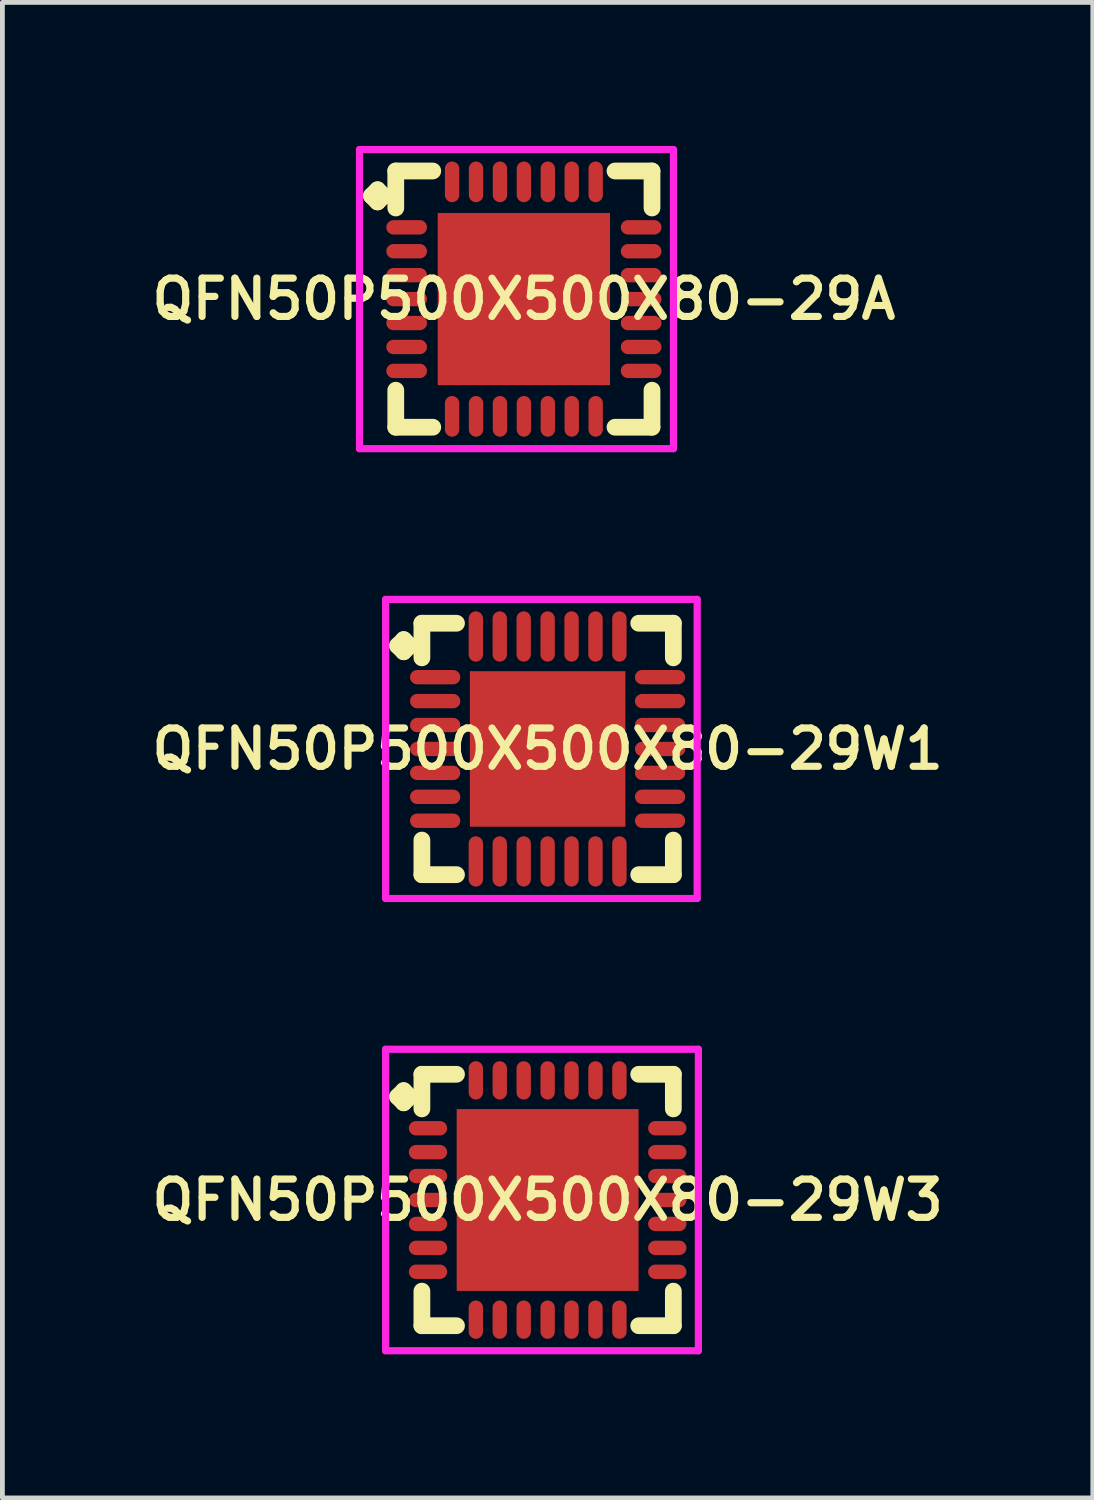
<source format=kicad_pcb>
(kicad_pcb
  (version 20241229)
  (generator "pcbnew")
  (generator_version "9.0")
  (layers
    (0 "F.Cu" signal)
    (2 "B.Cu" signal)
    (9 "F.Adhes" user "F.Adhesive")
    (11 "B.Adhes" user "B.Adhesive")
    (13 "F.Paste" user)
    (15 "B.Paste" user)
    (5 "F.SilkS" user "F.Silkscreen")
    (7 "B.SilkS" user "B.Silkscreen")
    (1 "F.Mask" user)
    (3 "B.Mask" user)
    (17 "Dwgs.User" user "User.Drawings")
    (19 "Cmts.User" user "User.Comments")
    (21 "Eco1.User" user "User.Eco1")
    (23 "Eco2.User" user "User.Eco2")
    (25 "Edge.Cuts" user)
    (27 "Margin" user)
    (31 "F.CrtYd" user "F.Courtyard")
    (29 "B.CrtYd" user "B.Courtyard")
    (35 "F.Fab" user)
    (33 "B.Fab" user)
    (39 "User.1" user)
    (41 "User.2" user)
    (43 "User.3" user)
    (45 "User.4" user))
  (footprint "QFN50P500X500X80-29W3"
    (layer "F.Cu")
    (at 8.393 22.025)
    (property "Reference" "QFN50P500X500X80-29W3" (at 0 0 0) (layer "F.SilkS") (effects (font (size 0.8 0.8) (thickness 0.15))))
    (attr smd)
    (fp_line (start -3.135 -2.158) (end -3.008 -2.285) (stroke (width 0.35) (type solid)) (layer "F.SilkS"))
    (fp_line (start -3.008 -2.285) (end -2.881 -2.158) (stroke (width 0.35) (type solid)) (layer "F.SilkS"))
    (fp_line (start -3.008 -2.031) (end -3.135 -2.158) (stroke (width 0.35) (type solid)) (layer "F.SilkS"))
    (fp_line (start -2.881 -2.158) (end -3.008 -2.031) (stroke (width 0.35) (type solid)) (layer "F.SilkS"))
    (fp_line (start -2.627 -2.627) (end -1.904 -2.627) (stroke (width 0.35) (type solid)) (layer "F.SilkS"))
    (fp_line (start -2.627 -1.904) (end -2.627 -2.627) (stroke (width 0.35) (type solid)) (layer "F.SilkS"))
    (fp_line (start -2.627 1.904) (end -2.627 2.627) (stroke (width 0.35) (type solid)) (layer "F.SilkS"))
    (fp_line (start -2.627 2.627) (end -1.904 2.627) (stroke (width 0.35) (type solid)) (layer "F.SilkS"))
    (fp_line (start 1.904 -2.627) (end 2.627 -2.627) (stroke (width 0.35) (type solid)) (layer "F.SilkS"))
    (fp_line (start 1.904 2.627) (end 2.627 2.627) (stroke (width 0.35) (type solid)) (layer "F.SilkS"))
    (fp_line (start 2.627 -2.627) (end 2.627 -1.904) (stroke (width 0.35) (type solid)) (layer "F.SilkS"))
    (fp_line (start 2.627 2.627) (end 2.627 1.904) (stroke (width 0.35) (type solid)) (layer "F.SilkS"))
    (fp_line (start -3.385 -3.15) (end 3.15 -3.15) (stroke (width 0.15) (type solid)) (layer "F.CrtYd"))
    (fp_line (start -3.385 3.15) (end -3.385 -3.15) (stroke (width 0.15) (type solid)) (layer "F.CrtYd"))
    (fp_line (start 3.15 -3.15) (end 3.15 3.15) (stroke (width 0.15) (type solid)) (layer "F.CrtYd"))
    (fp_line (start 3.15 3.15) (end -3.385 3.15) (stroke (width 0.15) (type solid)) (layer "F.CrtYd"))
    (pad "1" smd oval (at -2.5 -1.5) (size 0.8 0.3) (layers "F.Cu" "F.Mask" "F.Paste"))
    (pad "2" smd oval (at -2.5 -1) (size 0.8 0.3) (layers "F.Cu" "F.Mask" "F.Paste"))
    (pad "3" smd oval (at -2.5 -0.5) (size 0.8 0.3) (layers "F.Cu" "F.Mask" "F.Paste"))
    (pad "4" smd oval (at -2.5 0) (size 0.8 0.3) (layers "F.Cu" "F.Mask" "F.Paste"))
    (pad "5" smd oval (at -2.5 0.5) (size 0.8 0.3) (layers "F.Cu" "F.Mask" "F.Paste"))
    (pad "6" smd oval (at -2.5 1) (size 0.8 0.3) (layers "F.Cu" "F.Mask" "F.Paste"))
    (pad "7" smd oval (at -2.5 1.5) (size 0.8 0.3) (layers "F.Cu" "F.Mask" "F.Paste"))
    (pad "8" smd oval (at -1.5 2.5) (size 0.3 0.8) (layers "F.Cu" "F.Mask" "F.Paste"))
    (pad "9" smd oval (at -1 2.5) (size 0.3 0.8) (layers "F.Cu" "F.Mask" "F.Paste"))
    (pad "10" smd oval (at -0.5 2.5) (size 0.3 0.8) (layers "F.Cu" "F.Mask" "F.Paste"))
    (pad "11" smd oval (at 0 2.5) (size 0.3 0.8) (layers "F.Cu" "F.Mask" "F.Paste"))
    (pad "12" smd oval (at 0.5 2.5) (size 0.3 0.8) (layers "F.Cu" "F.Mask" "F.Paste"))
    (pad "13" smd oval (at 1 2.5) (size 0.3 0.8) (layers "F.Cu" "F.Mask" "F.Paste"))
    (pad "14" smd oval (at 1.5 2.5) (size 0.3 0.8) (layers "F.Cu" "F.Mask" "F.Paste"))
    (pad "15" smd oval (at 2.5 1.5) (size 0.8 0.3) (layers "F.Cu" "F.Mask" "F.Paste"))
    (pad "16" smd oval (at 2.5 1) (size 0.8 0.3) (layers "F.Cu" "F.Mask" "F.Paste"))
    (pad "17" smd oval (at 2.5 0.5) (size 0.8 0.3) (layers "F.Cu" "F.Mask" "F.Paste"))
    (pad "18" smd oval (at 2.5 0) (size 0.8 0.3) (layers "F.Cu" "F.Mask" "F.Paste"))
    (pad "19" smd oval (at 2.5 -0.5) (size 0.8 0.3) (layers "F.Cu" "F.Mask" "F.Paste"))
    (pad "20" smd oval (at 2.5 -1) (size 0.8 0.3) (layers "F.Cu" "F.Mask" "F.Paste"))
    (pad "21" smd oval (at 2.5 -1.5) (size 0.8 0.3) (layers "F.Cu" "F.Mask" "F.Paste"))
    (pad "22" smd oval (at 1.5 -2.5) (size 0.3 0.8) (layers "F.Cu" "F.Mask" "F.Paste"))
    (pad "23" smd oval (at 1 -2.5) (size 0.3 0.8) (layers "F.Cu" "F.Mask" "F.Paste"))
    (pad "24" smd oval (at 0.5 -2.5) (size 0.3 0.8) (layers "F.Cu" "F.Mask" "F.Paste"))
    (pad "25" smd oval (at 0 -2.5) (size 0.3 0.8) (layers "F.Cu" "F.Mask" "F.Paste"))
    (pad "26" smd oval (at -0.5 -2.5) (size 0.3 0.8) (layers "F.Cu" "F.Mask" "F.Paste"))
    (pad "27" smd oval (at -1 -2.5) (size 0.3 0.8) (layers "F.Cu" "F.Mask" "F.Paste"))
    (pad "28" smd oval (at -1.5 -2.5) (size 0.3 0.8) (layers "F.Cu" "F.Mask" "F.Paste"))
    (pad "29" smd rect (at 0 0) (size 3.8 3.8) (layers "F.Cu" "F.Mask" "F.Paste")))
  (footprint "QFN50P500X500X80-29A"
    (layer "F.Cu")
    (at 7.897 3.2)
    (property "Reference" "QFN50P500X500X80-29A" (at 0 0 0) (layer "F.SilkS") (effects (font (size 0.8 0.8) (thickness 0.15))))
    (attr through_hole)
    (fp_line (start -3.185 -2.158) (end -3.058 -2.285) (stroke (width 0.35) (type solid)) (layer "F.SilkS"))
    (fp_line (start -3.058 -2.285) (end -2.931 -2.158) (stroke (width 0.35) (type solid)) (layer "F.SilkS"))
    (fp_line (start -3.058 -2.031) (end -3.185 -2.158) (stroke (width 0.35) (type solid)) (layer "F.SilkS"))
    (fp_line (start -2.931 -2.158) (end -3.058 -2.031) (stroke (width 0.35) (type solid)) (layer "F.SilkS"))
    (fp_line (start -2.677 -2.677) (end -1.904 -2.677) (stroke (width 0.35) (type solid)) (layer "F.SilkS"))
    (fp_line (start -2.677 -1.904) (end -2.677 -2.677) (stroke (width 0.35) (type solid)) (layer "F.SilkS"))
    (fp_line (start -2.677 1.904) (end -2.677 2.677) (stroke (width 0.35) (type solid)) (layer "F.SilkS"))
    (fp_line (start -2.677 2.677) (end -1.904 2.677) (stroke (width 0.35) (type solid)) (layer "F.SilkS"))
    (fp_line (start 1.904 -2.677) (end 2.677 -2.677) (stroke (width 0.35) (type solid)) (layer "F.SilkS"))
    (fp_line (start 1.904 2.677) (end 2.677 2.677) (stroke (width 0.35) (type solid)) (layer "F.SilkS"))
    (fp_line (start 2.677 -2.677) (end 2.677 -1.904) (stroke (width 0.35) (type solid)) (layer "F.SilkS"))
    (fp_line (start 2.677 2.677) (end 2.677 1.904) (stroke (width 0.35) (type solid)) (layer "F.SilkS"))
    (fp_line (start -3.435 -3.125) (end 3.125 -3.125) (stroke (width 0.15) (type solid)) (layer "F.CrtYd"))
    (fp_line (start -3.435 3.125) (end -3.435 -3.125) (stroke (width 0.15) (type solid)) (layer "F.CrtYd"))
    (fp_line (start 3.125 -3.125) (end 3.125 3.125) (stroke (width 0.15) (type solid)) (layer "F.CrtYd"))
    (fp_line (start 3.125 3.125) (end -3.435 3.125) (stroke (width 0.15) (type solid)) (layer "F.CrtYd"))
    (pad "1" smd oval (at -2.45 -1.5) (size 0.85 0.3) (layers "F.Cu" "F.Mask" "F.Paste"))
    (pad "2" smd oval (at -2.45 -1) (size 0.85 0.3) (layers "F.Cu" "F.Mask" "F.Paste"))
    (pad "3" smd oval (at -2.45 -0.5) (size 0.85 0.3) (layers "F.Cu" "F.Mask" "F.Paste"))
    (pad "4" smd oval (at -2.45 0) (size 0.85 0.3) (layers "F.Cu" "F.Mask" "F.Paste"))
    (pad "5" smd oval (at -2.45 0.5) (size 0.85 0.3) (layers "F.Cu" "F.Mask" "F.Paste"))
    (pad "6" smd oval (at -2.45 1) (size 0.85 0.3) (layers "F.Cu" "F.Mask" "F.Paste"))
    (pad "7" smd oval (at -2.45 1.5) (size 0.85 0.3) (layers "F.Cu" "F.Mask" "F.Paste"))
    (pad "8" smd oval (at -1.5 2.45) (size 0.3 0.85) (layers "F.Cu" "F.Mask" "F.Paste"))
    (pad "9" smd oval (at -1 2.45) (size 0.3 0.85) (layers "F.Cu" "F.Mask" "F.Paste"))
    (pad "10" smd oval (at -0.5 2.45) (size 0.3 0.85) (layers "F.Cu" "F.Mask" "F.Paste"))
    (pad "11" smd oval (at 0 2.45) (size 0.3 0.85) (layers "F.Cu" "F.Mask" "F.Paste"))
    (pad "12" smd oval (at 0.5 2.45) (size 0.3 0.85) (layers "F.Cu" "F.Mask" "F.Paste"))
    (pad "13" smd oval (at 1 2.45) (size 0.3 0.85) (layers "F.Cu" "F.Mask" "F.Paste"))
    (pad "14" smd oval (at 1.5 2.45) (size 0.3 0.85) (layers "F.Cu" "F.Mask" "F.Paste"))
    (pad "15" smd oval (at 2.45 1.5) (size 0.85 0.3) (layers "F.Cu" "F.Mask" "F.Paste"))
    (pad "16" smd oval (at 2.45 1) (size 0.85 0.3) (layers "F.Cu" "F.Mask" "F.Paste"))
    (pad "17" smd oval (at 2.45 0.5) (size 0.85 0.3) (layers "F.Cu" "F.Mask" "F.Paste"))
    (pad "18" smd oval (at 2.45 0) (size 0.85 0.3) (layers "F.Cu" "F.Mask" "F.Paste"))
    (pad "19" smd oval (at 2.45 -0.5) (size 0.85 0.3) (layers "F.Cu" "F.Mask" "F.Paste"))
    (pad "20" smd oval (at 2.45 -1) (size 0.85 0.3) (layers "F.Cu" "F.Mask" "F.Paste"))
    (pad "21" smd oval (at 2.45 -1.5) (size 0.85 0.3) (layers "F.Cu" "F.Mask" "F.Paste"))
    (pad "22" smd oval (at 1.5 -2.45) (size 0.3 0.85) (layers "F.Cu" "F.Mask" "F.Paste"))
    (pad "23" smd oval (at 1 -2.45) (size 0.3 0.85) (layers "F.Cu" "F.Mask" "F.Paste"))
    (pad "24" smd oval (at 0.5 -2.45) (size 0.3 0.85) (layers "F.Cu" "F.Mask" "F.Paste"))
    (pad "25" smd oval (at 0 -2.45) (size 0.3 0.85) (layers "F.Cu" "F.Mask" "F.Paste"))
    (pad "26" smd oval (at -0.5 -2.45) (size 0.3 0.85) (layers "F.Cu" "F.Mask" "F.Paste"))
    (pad "27" smd oval (at -1 -2.45) (size 0.3 0.85) (layers "F.Cu" "F.Mask" "F.Paste"))
    (pad "28" smd oval (at -1.5 -2.45) (size 0.3 0.85) (layers "F.Cu" "F.Mask" "F.Paste"))
    (pad "29" smd rect (at 0 0) (size 3.6 3.6) (layers "F.Cu" "F.Mask" "F.Paste")))
  (footprint "QFN50P500X500X80-29W1"
    (layer "F.Cu")
    (at 8.393 12.6)
    (property "Reference" "QFN50P500X500X80-29W1" (at 0 0 0) (layer "F.SilkS") (effects (font (size 0.8 0.8) (thickness 0.15))))
    (attr through_hole)
    (fp_line (start -3.135 -2.158) (end -3.008 -2.285) (stroke (width 0.35) (type solid)) (layer "F.SilkS"))
    (fp_line (start -3.008 -2.285) (end -2.881 -2.158) (stroke (width 0.35) (type solid)) (layer "F.SilkS"))
    (fp_line (start -3.008 -2.031) (end -3.135 -2.158) (stroke (width 0.35) (type solid)) (layer "F.SilkS"))
    (fp_line (start -2.881 -2.158) (end -3.008 -2.031) (stroke (width 0.35) (type solid)) (layer "F.SilkS"))
    (fp_line (start -2.627 -2.627) (end -1.904 -2.627) (stroke (width 0.35) (type solid)) (layer "F.SilkS"))
    (fp_line (start -2.627 -1.904) (end -2.627 -2.627) (stroke (width 0.35) (type solid)) (layer "F.SilkS"))
    (fp_line (start -2.627 1.904) (end -2.627 2.627) (stroke (width 0.35) (type solid)) (layer "F.SilkS"))
    (fp_line (start -2.627 2.627) (end -1.904 2.627) (stroke (width 0.35) (type solid)) (layer "F.SilkS"))
    (fp_line (start 1.904 -2.627) (end 2.627 -2.627) (stroke (width 0.35) (type solid)) (layer "F.SilkS"))
    (fp_line (start 1.904 2.627) (end 2.627 2.627) (stroke (width 0.35) (type solid)) (layer "F.SilkS"))
    (fp_line (start 2.627 -2.627) (end 2.627 -1.904) (stroke (width 0.35) (type solid)) (layer "F.SilkS"))
    (fp_line (start 2.627 2.627) (end 2.627 1.904) (stroke (width 0.35) (type solid)) (layer "F.SilkS"))
    (fp_line (start -3.385 -3.125) (end 3.125 -3.125) (stroke (width 0.15) (type solid)) (layer "F.CrtYd"))
    (fp_line (start -3.385 3.125) (end -3.385 -3.125) (stroke (width 0.15) (type solid)) (layer "F.CrtYd"))
    (fp_line (start 3.125 -3.125) (end 3.125 3.125) (stroke (width 0.15) (type solid)) (layer "F.CrtYd"))
    (fp_line (start 3.125 3.125) (end -3.385 3.125) (stroke (width 0.15) (type solid)) (layer "F.CrtYd"))
    (pad "1" smd oval (at -2.35 -1.5) (size 1.05 0.3) (layers "F.Cu" "F.Mask" "F.Paste"))
    (pad "2" smd oval (at -2.35 -1) (size 1.05 0.3) (layers "F.Cu" "F.Mask" "F.Paste"))
    (pad "3" smd oval (at -2.35 -0.5) (size 1.05 0.3) (layers "F.Cu" "F.Mask" "F.Paste"))
    (pad "4" smd oval (at -2.35 0) (size 1.05 0.3) (layers "F.Cu" "F.Mask" "F.Paste"))
    (pad "5" smd oval (at -2.35 0.5) (size 1.05 0.3) (layers "F.Cu" "F.Mask" "F.Paste"))
    (pad "6" smd oval (at -2.35 1) (size 1.05 0.3) (layers "F.Cu" "F.Mask" "F.Paste"))
    (pad "7" smd oval (at -2.35 1.5) (size 1.05 0.3) (layers "F.Cu" "F.Mask" "F.Paste"))
    (pad "8" smd oval (at -1.5 2.35) (size 0.3 1.05) (layers "F.Cu" "F.Mask" "F.Paste"))
    (pad "9" smd oval (at -1 2.35) (size 0.3 1.05) (layers "F.Cu" "F.Mask" "F.Paste"))
    (pad "10" smd oval (at -0.5 2.35) (size 0.3 1.05) (layers "F.Cu" "F.Mask" "F.Paste"))
    (pad "11" smd oval (at 0 2.35) (size 0.3 1.05) (layers "F.Cu" "F.Mask" "F.Paste"))
    (pad "12" smd oval (at 0.5 2.35) (size 0.3 1.05) (layers "F.Cu" "F.Mask" "F.Paste"))
    (pad "13" smd oval (at 1 2.35) (size 0.3 1.05) (layers "F.Cu" "F.Mask" "F.Paste"))
    (pad "14" smd oval (at 1.5 2.35) (size 0.3 1.05) (layers "F.Cu" "F.Mask" "F.Paste"))
    (pad "15" smd oval (at 2.35 1.5) (size 1.05 0.3) (layers "F.Cu" "F.Mask" "F.Paste"))
    (pad "16" smd oval (at 2.35 1) (size 1.05 0.3) (layers "F.Cu" "F.Mask" "F.Paste"))
    (pad "17" smd oval (at 2.35 0.5) (size 1.05 0.3) (layers "F.Cu" "F.Mask" "F.Paste"))
    (pad "18" smd oval (at 2.35 0) (size 1.05 0.3) (layers "F.Cu" "F.Mask" "F.Paste"))
    (pad "19" smd oval (at 2.35 -0.5) (size 1.05 0.3) (layers "F.Cu" "F.Mask" "F.Paste"))
    (pad "20" smd oval (at 2.35 -1) (size 1.05 0.3) (layers "F.Cu" "F.Mask" "F.Paste"))
    (pad "21" smd oval (at 2.35 -1.5) (size 1.05 0.3) (layers "F.Cu" "F.Mask" "F.Paste"))
    (pad "22" smd oval (at 1.5 -2.35) (size 0.3 1.05) (layers "F.Cu" "F.Mask" "F.Paste"))
    (pad "23" smd oval (at 1 -2.35) (size 0.3 1.05) (layers "F.Cu" "F.Mask" "F.Paste"))
    (pad "24" smd oval (at 0.5 -2.35) (size 0.3 1.05) (layers "F.Cu" "F.Mask" "F.Paste"))
    (pad "25" smd oval (at 0 -2.35) (size 0.3 1.05) (layers "F.Cu" "F.Mask" "F.Paste"))
    (pad "26" smd oval (at -0.5 -2.35) (size 0.3 1.05) (layers "F.Cu" "F.Mask" "F.Paste"))
    (pad "27" smd oval (at -1 -2.35) (size 0.3 1.05) (layers "F.Cu" "F.Mask" "F.Paste"))
    (pad "28" smd oval (at -1.5 -2.35) (size 0.3 1.05) (layers "F.Cu" "F.Mask" "F.Paste"))
    (pad "29" smd rect (at 0 0) (size 3.25 3.25) (layers "F.Cu" "F.Mask" "F.Paste")))
  (gr_rect
    (start -3 -3)
    (end 19.785 28.25)
    (stroke (width 0.1) (type default))
    (fill no)
    (layer "Edge.Cuts")))
</source>
